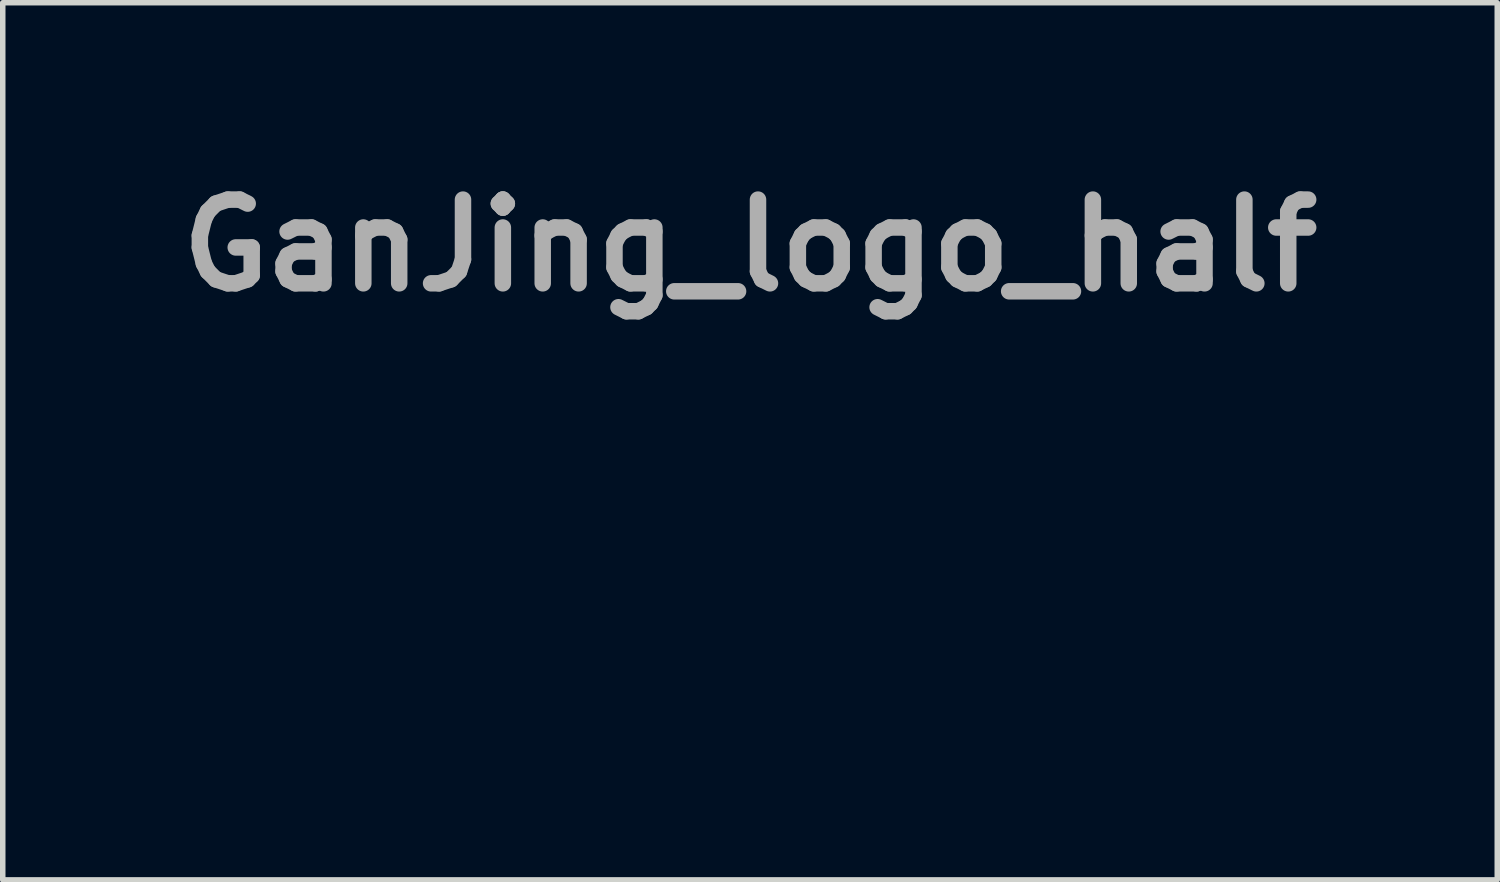
<source format=kicad_pcb>
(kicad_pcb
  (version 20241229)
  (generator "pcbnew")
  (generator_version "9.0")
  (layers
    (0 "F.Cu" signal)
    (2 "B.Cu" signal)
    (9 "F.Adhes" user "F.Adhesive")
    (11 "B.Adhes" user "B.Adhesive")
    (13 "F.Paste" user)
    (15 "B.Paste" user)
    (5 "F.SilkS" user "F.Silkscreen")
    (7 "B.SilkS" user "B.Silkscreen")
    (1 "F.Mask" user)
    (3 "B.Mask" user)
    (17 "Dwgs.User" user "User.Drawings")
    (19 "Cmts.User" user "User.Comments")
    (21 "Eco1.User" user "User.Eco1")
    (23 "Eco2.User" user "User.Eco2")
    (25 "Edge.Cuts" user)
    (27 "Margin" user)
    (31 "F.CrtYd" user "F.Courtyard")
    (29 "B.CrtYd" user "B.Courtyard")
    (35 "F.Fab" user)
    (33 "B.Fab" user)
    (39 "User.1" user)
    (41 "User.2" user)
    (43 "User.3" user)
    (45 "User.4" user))
  (footprint "GanJing_logo_half"
    (layer "F.Cu")
    (at 10.603 6.752)
    (property "Reference" "GanJing_logo_half" (at 0 -5.334 0) (layer "F.Fab") (effects (font (size 1.524 1.524) (thickness 0.3))))
    (attr through_hole)
    (fp_poly (pts (xy 2.287 -0.125) (xy 2.287 -0.117) (xy 2.274 -0.101) (xy 2.254 -0.082) (xy 2.241 -0.076) (xy 2.232 -0.086) (xy 2.23 -0.101) (xy 2.237 -0.12) (xy 2.261 -0.126) (xy 2.264 -0.126) (xy 2.287 -0.125)) (stroke (width 0.01) (type solid)) (fill yes) (layer "F.Mask"))
    (fp_poly (pts (xy 2.415 -0.156) (xy 2.402 -0.128) (xy 2.38 -0.092) (xy 2.354 -0.054) (xy 2.328 -0.019) (xy 2.325 -0.016) (xy 2.292 0.02) (xy 2.273 0.036) (xy 2.268 0.034) (xy 2.277 0.016) (xy 2.299 -0.019) (xy 2.333 -0.067) (xy 2.334 -0.068) (xy 2.367 -0.111) (xy 2.394 -0.145) (xy 2.411 -0.165) (xy 2.417 -0.17) (xy 2.415 -0.156)) (stroke (width 0.01) (type solid)) (fill yes) (layer "F.Mask"))
    (fp_poly (pts (xy 5.158 -2.736) (xy 5.237 -2.703) (xy 5.301 -2.652) (xy 5.348 -2.583) (xy 5.354 -2.568) (xy 5.373 -2.494) (xy 5.37 -2.418) (xy 5.345 -2.346) (xy 5.301 -2.281) (xy 5.239 -2.227) (xy 5.191 -2.201) (xy 5.144 -2.186) (xy 5.08 -2.176) (xy 5.006 -2.171) (xy 4.93 -2.171) (xy 4.86 -2.176) (xy 4.818 -2.184) (xy 4.777 -2.195) (xy 4.746 -2.207) (xy 4.736 -2.213) (xy 4.713 -2.227) (xy 4.679 -2.244) (xy 4.669 -2.248) (xy 4.625 -2.27) (xy 4.582 -2.297) (xy 4.577 -2.3) (xy 4.549 -2.327) (xy 4.537 -2.355) (xy 4.536 -2.38) (xy 4.545 -2.432) (xy 4.569 -2.493) (xy 4.605 -2.556) (xy 4.649 -2.613) (xy 4.672 -2.636) (xy 4.709 -2.667) (xy 4.745 -2.689) (xy 4.791 -2.707) (xy 4.835 -2.72) (xy 4.956 -2.744) (xy 5.064 -2.75) (xy 5.158 -2.736)) (stroke (width 0.01) (type solid)) (fill yes) (layer "F.Mask"))
    (fp_poly (pts (xy 4.077 -2.674) (xy 4.108 -2.659) (xy 4.14 -2.631) (xy 4.146 -2.624) (xy 4.182 -2.578) (xy 4.206 -2.525) (xy 4.223 -2.458) (xy 4.229 -2.413) (xy 4.237 -2.368) (xy 4.249 -2.328) (xy 4.254 -2.316) (xy 4.267 -2.28) (xy 4.271 -2.251) (xy 4.278 -2.221) (xy 4.29 -2.205) (xy 4.306 -2.183) (xy 4.321 -2.149) (xy 4.323 -2.142) (xy 4.33 -2.113) (xy 4.328 -2.086) (xy 4.316 -2.053) (xy 4.304 -2.027) (xy 4.247 -1.931) (xy 4.172 -1.853) (xy 4.079 -1.792) (xy 3.967 -1.745) (xy 3.966 -1.745) (xy 3.884 -1.722) (xy 3.819 -1.71) (xy 3.766 -1.708) (xy 3.724 -1.715) (xy 3.651 -1.743) (xy 3.591 -1.789) (xy 3.545 -1.854) (xy 3.511 -1.94) (xy 3.488 -2.047) (xy 3.484 -2.08) (xy 3.485 -2.169) (xy 3.503 -2.264) (xy 3.537 -2.358) (xy 3.584 -2.445) (xy 3.637 -2.512) (xy 3.711 -2.575) (xy 3.796 -2.626) (xy 3.885 -2.662) (xy 3.973 -2.68) (xy 4.035 -2.68) (xy 4.077 -2.674)) (stroke (width 0.01) (type solid)) (fill yes) (layer "F.Mask"))
    (fp_poly (pts (xy 1.002 -1.568) (xy 1.062 -1.545) (xy 1.11 -1.506) (xy 1.148 -1.449) (xy 1.177 -1.372) (xy 1.197 -1.273) (xy 1.209 -1.153) (xy 1.215 -1.088) (xy 1.221 -1.029) (xy 1.227 -0.983) (xy 1.233 -0.955) (xy 1.234 -0.953) (xy 1.244 -0.915) (xy 1.247 -0.886) (xy 1.252 -0.858) (xy 1.263 -0.816) (xy 1.278 -0.768) (xy 1.28 -0.764) (xy 1.299 -0.705) (xy 1.306 -0.657) (xy 1.3 -0.611) (xy 1.282 -0.558) (xy 1.265 -0.521) (xy 1.208 -0.429) (xy 1.133 -0.349) (xy 1.044 -0.284) (xy 0.944 -0.236) (xy 0.838 -0.208) (xy 0.731 -0.201) (xy 0.705 -0.203) (xy 0.604 -0.225) (xy 0.518 -0.267) (xy 0.446 -0.33) (xy 0.392 -0.411) (xy 0.362 -0.483) (xy 0.35 -0.526) (xy 0.342 -0.567) (xy 0.337 -0.612) (xy 0.335 -0.669) (xy 0.335 -0.743) (xy 0.341 -0.878) (xy 0.358 -0.993) (xy 0.387 -1.095) (xy 0.431 -1.187) (xy 0.491 -1.275) (xy 0.569 -1.364) (xy 0.584 -1.379) (xy 0.668 -1.456) (xy 0.743 -1.513) (xy 0.813 -1.551) (xy 0.88 -1.571) (xy 0.929 -1.575) (xy 1.002 -1.568)) (stroke (width 0.01) (type solid)) (fill yes) (layer "F.Mask"))
    (fp_poly (pts (xy 1.926 -3.083) (xy 2.027 -3.063) (xy 2.087 -3.045) (xy 2.158 -3.019) (xy 2.233 -2.988) (xy 2.304 -2.955) (xy 2.365 -2.924) (xy 2.404 -2.9) (xy 2.436 -2.864) (xy 2.463 -2.81) (xy 2.483 -2.745) (xy 2.495 -2.675) (xy 2.498 -2.606) (xy 2.491 -2.546) (xy 2.479 -2.512) (xy 2.448 -2.469) (xy 2.402 -2.425) (xy 2.352 -2.388) (xy 2.326 -2.374) (xy 2.302 -2.365) (xy 2.257 -2.351) (xy 2.198 -2.332) (xy 2.129 -2.312) (xy 2.063 -2.293) (xy 1.978 -2.268) (xy 1.902 -2.243) (xy 1.838 -2.22) (xy 1.791 -2.2) (xy 1.776 -2.192) (xy 1.736 -2.171) (xy 1.7 -2.158) (xy 1.683 -2.154) (xy 1.664 -2.158) (xy 1.654 -2.173) (xy 1.647 -2.206) (xy 1.646 -2.211) (xy 1.635 -2.263) (xy 1.613 -2.314) (xy 1.579 -2.37) (xy 1.53 -2.435) (xy 1.512 -2.457) (xy 1.454 -2.53) (xy 1.415 -2.591) (xy 1.393 -2.641) (xy 1.386 -2.681) (xy 1.393 -2.72) (xy 1.413 -2.77) (xy 1.442 -2.828) (xy 1.477 -2.885) (xy 1.513 -2.935) (xy 1.536 -2.961) (xy 1.617 -3.025) (xy 1.709 -3.067) (xy 1.812 -3.086) (xy 1.926 -3.083)) (stroke (width 0.01) (type solid)) (fill yes) (layer "F.Mask"))
    (fp_poly (pts (xy 6.103 -4.118) (xy 6.158 -4.091) (xy 6.198 -4.061) (xy 6.239 -4.013) (xy 6.273 -3.951) (xy 6.294 -3.884) (xy 6.3 -3.838) (xy 6.29 -3.759) (xy 6.262 -3.687) (xy 6.22 -3.624) (xy 6.166 -3.578) (xy 6.112 -3.553) (xy 6.076 -3.546) (xy 6.045 -3.547) (xy 6.007 -3.557) (xy 5.986 -3.565) (xy 5.842 -3.607) (xy 5.69 -3.63) (xy 5.529 -3.635) (xy 5.355 -3.621) (xy 5.166 -3.588) (xy 5.143 -3.583) (xy 4.957 -3.534) (xy 4.758 -3.469) (xy 4.549 -3.387) (xy 4.336 -3.292) (xy 4.121 -3.185) (xy 4.032 -3.137) (xy 3.931 -3.082) (xy 3.838 -3.032) (xy 3.753 -2.987) (xy 3.682 -2.95) (xy 3.626 -2.922) (xy 3.589 -2.905) (xy 3.589 -2.905) (xy 3.558 -2.894) (xy 3.54 -2.895) (xy 3.521 -2.911) (xy 3.516 -2.916) (xy 3.498 -2.94) (xy 3.494 -2.958) (xy 3.495 -2.958) (xy 3.51 -2.972) (xy 3.543 -2.997) (xy 3.59 -3.03) (xy 3.647 -3.069) (xy 3.711 -3.111) (xy 3.779 -3.154) (xy 3.846 -3.195) (xy 3.879 -3.215) (xy 3.965 -3.265) (xy 4.07 -3.321) (xy 4.187 -3.382) (xy 4.311 -3.445) (xy 4.437 -3.506) (xy 4.559 -3.563) (xy 4.672 -3.614) (xy 4.674 -3.615) (xy 4.747 -3.647) (xy 4.834 -3.686) (xy 4.929 -3.729) (xy 5.023 -3.771) (xy 5.096 -3.805) (xy 5.23 -3.866) (xy 5.343 -3.918) (xy 5.439 -3.961) (xy 5.52 -3.996) (xy 5.588 -4.025) (xy 5.646 -4.048) (xy 5.698 -4.066) (xy 5.744 -4.081) (xy 5.789 -4.093) (xy 5.834 -4.104) (xy 5.877 -4.113) (xy 5.967 -4.128) (xy 6.041 -4.13) (xy 6.103 -4.118)) (stroke (width 0.01) (type solid)) (fill yes) (layer "F.Mask"))
    (fp_poly (pts (xy 2.163 0.033) (xy 2.151 0.063) (xy 2.131 0.099) (xy 2.104 0.134) (xy 2.09 0.149) (xy 2.047 0.192) (xy 2.1 0.165) (xy 2.133 0.149) (xy 2.155 0.14) (xy 2.159 0.139) (xy 2.157 0.149) (xy 2.145 0.18) (xy 2.124 0.226) (xy 2.097 0.286) (xy 2.064 0.356) (xy 2.026 0.434) (xy 1.986 0.515) (xy 1.945 0.598) (xy 1.922 0.643) (xy 1.848 0.795) (xy 1.79 0.933) (xy 1.748 1.059) (xy 1.72 1.177) (xy 1.705 1.29) (xy 1.703 1.401) (xy 1.703 1.41) (xy 1.706 1.459) (xy 1.71 1.498) (xy 1.72 1.534) (xy 1.736 1.574) (xy 1.76 1.627) (xy 1.772 1.651) (xy 1.824 1.762) (xy 1.862 1.856) (xy 1.885 1.934) (xy 1.894 1.999) (xy 1.895 2.01) (xy 1.886 2.071) (xy 1.861 2.142) (xy 1.822 2.216) (xy 1.775 2.289) (xy 1.721 2.353) (xy 1.666 2.404) (xy 1.619 2.433) (xy 1.555 2.451) (xy 1.481 2.455) (xy 1.406 2.444) (xy 1.371 2.433) (xy 1.274 2.381) (xy 1.184 2.306) (xy 1.102 2.207) (xy 1.027 2.086) (xy 1.008 2.047) (xy 0.964 1.949) (xy 0.93 1.849) (xy 0.902 1.74) (xy 0.879 1.614) (xy 0.876 1.594) (xy 0.864 1.502) (xy 0.858 1.431) (xy 0.859 1.376) (xy 0.867 1.334) (xy 0.882 1.301) (xy 0.882 1.301) (xy 0.901 1.272) (xy 0.916 1.262) (xy 0.937 1.271) (xy 0.958 1.286) (xy 0.995 1.308) (xy 1.043 1.333) (xy 1.092 1.355) (xy 1.135 1.37) (xy 1.155 1.376) (xy 1.166 1.374) (xy 1.178 1.366) (xy 1.194 1.349) (xy 1.215 1.32) (xy 1.244 1.277) (xy 1.282 1.217) (xy 1.33 1.139) (xy 1.345 1.114) (xy 1.459 0.932) (xy 1.569 0.76) (xy 1.673 0.602) (xy 1.77 0.461) (xy 1.859 0.338) (xy 1.872 0.321) (xy 1.915 0.266) (xy 1.963 0.209) (xy 2.011 0.154) (xy 2.057 0.104) (xy 2.098 0.062) (xy 2.131 0.032) (xy 2.153 0.016) (xy 2.161 0.015) (xy 2.163 0.033)) (stroke (width 0.01) (type solid)) (fill yes) (layer "F.Mask"))
    (fp_poly (pts (xy -1.905 -2.003) (xy -1.864 -1.992) (xy -1.771 -1.953) (xy -1.699 -1.9) (xy -1.649 -1.836) (xy -1.62 -1.759) (xy -1.614 -1.671) (xy -1.618 -1.632) (xy -1.622 -1.611) (xy -1.628 -1.594) (xy -1.639 -1.577) (xy -1.658 -1.558) (xy -1.689 -1.534) (xy -1.735 -1.502) (xy -1.798 -1.459) (xy -1.8 -1.457) (xy -2.114 -1.237) (xy -2.408 -1.017) (xy -2.686 -0.792) (xy -2.954 -0.558) (xy -3.217 -0.312) (xy -3.314 -0.217) (xy -3.393 -0.137) (xy -3.456 -0.074) (xy -3.504 -0.025) (xy -3.537 0.011) (xy -3.558 0.036) (xy -3.567 0.051) (xy -3.566 0.057) (xy -3.559 0.057) (xy -3.514 0.043) (xy -3.453 0.016) (xy -3.378 -0.021) (xy -3.295 -0.066) (xy -3.206 -0.118) (xy -3.162 -0.145) (xy -3.016 -0.231) (xy -2.875 -0.305) (xy -2.741 -0.365) (xy -2.617 -0.41) (xy -2.505 -0.44) (xy -2.408 -0.453) (xy -2.387 -0.454) (xy -2.344 -0.451) (xy -2.315 -0.442) (xy -2.288 -0.421) (xy -2.282 -0.416) (xy -2.249 -0.367) (xy -2.228 -0.299) (xy -2.219 -0.211) (xy -2.219 -0.138) (xy -2.223 -0.081) (xy -2.229 -0.041) (xy -2.241 -0.007) (xy -2.261 0.031) (xy -2.268 0.043) (xy -2.306 0.098) (xy -2.36 0.162) (xy -2.426 0.232) (xy -2.498 0.301) (xy -2.56 0.356) (xy -2.606 0.401) (xy -2.66 0.466) (xy -2.719 0.545) (xy -2.78 0.636) (xy -2.842 0.733) (xy -2.902 0.834) (xy -2.957 0.933) (xy -3.006 1.028) (xy -3.044 1.114) (xy -3.066 1.172) (xy -3.095 1.279) (xy -3.113 1.389) (xy -3.121 1.495) (xy -3.115 1.589) (xy -3.114 1.601) (xy -3.088 1.701) (xy -3.047 1.785) (xy -2.988 1.852) (xy -2.912 1.904) (xy -2.817 1.941) (xy -2.702 1.965) (xy -2.589 1.975) (xy -2.518 1.977) (xy -2.463 1.976) (xy -2.413 1.971) (xy -2.36 1.961) (xy -2.301 1.948) (xy -2.126 1.899) (xy -1.973 1.844) (xy -1.842 1.782) (xy -1.735 1.714) (xy -1.652 1.64) (xy -1.636 1.62) (xy -1.592 1.555) (xy -1.557 1.477) (xy -1.534 1.399) (xy -1.531 1.379) (xy -1.53 1.314) (xy -1.54 1.235) (xy -1.561 1.152) (xy -1.589 1.072) (xy -1.594 1.061) (xy -1.627 0.987) (xy -1.602 0.919) (xy -1.546 0.742) (xy -1.511 0.571) (xy -1.495 0.4) (xy -1.494 0.357) (xy -1.493 0.304) (xy -1.492 0.263) (xy -1.491 0.237) (xy -1.49 0.232) (xy -1.483 0.244) (xy -1.468 0.274) (xy -1.447 0.316) (xy -1.43 0.351) (xy -1.367 0.47) (xy -1.301 0.572) (xy -1.224 0.667) (xy -1.189 0.706) (xy -1.107 0.792) (xy -1.111 1.092) (xy -1.112 1.188) (xy -1.114 1.261) (xy -1.116 1.318) (xy -1.119 1.36) (xy -1.123 1.392) (xy -1.129 1.417) (xy -1.136 1.439) (xy -1.145 1.462) (xy -1.208 1.581) (xy -1.292 1.702) (xy -1.394 1.82) (xy -1.509 1.933) (xy -1.635 2.036) (xy -1.764 2.124) (xy -1.965 2.234) (xy -2.166 2.319) (xy -2.367 2.381) (xy -2.571 2.417) (xy -2.777 2.431) (xy -2.801 2.431) (xy -2.881 2.429) (xy -2.945 2.425) (xy -2.999 2.418) (xy -3.054 2.406) (xy -3.081 2.399) (xy -3.183 2.366) (xy -3.283 2.324) (xy -3.377 2.276) (xy -3.457 2.225) (xy -3.514 2.178) (xy -3.585 2.092) (xy -3.634 1.996) (xy -3.66 1.894) (xy -3.663 1.866) (xy -3.664 1.771) (xy -3.652 1.658) (xy -3.631 1.533) (xy -3.6 1.401) (xy -3.561 1.266) (xy -3.539 1.201) (xy -3.517 1.143) (xy -3.489 1.072) (xy -3.457 0.995) (xy -3.422 0.915) (xy -3.388 0.837) (xy -3.355 0.765) (xy -3.326 0.705) (xy -3.303 0.66) (xy -3.292 0.641) (xy -3.277 0.613) (xy -3.259 0.573) (xy -3.241 0.527) (xy -3.225 0.481) (xy -3.212 0.441) (xy -3.206 0.413) (xy -3.207 0.405) (xy -3.224 0.404) (xy -3.26 0.416) (xy -3.31 0.44) (xy -3.371 0.474) (xy -3.442 0.517) (xy -3.52 0.566) (xy -3.6 0.62) (xy -3.661 0.663) (xy -3.794 0.755) (xy -3.927 0.837) (xy -4.055 0.908) (xy -4.174 0.965) (xy -4.283 1.007) (xy -4.344 1.026) (xy -4.428 1.043) (xy -4.502 1.052) (xy -4.563 1.054) (xy -4.606 1.046) (xy -4.618 1.04) (xy -4.635 1.025) (xy -4.645 1.004) (xy -4.647 0.974) (xy -4.642 0.933) (xy -4.629 0.877) (xy -4.607 0.803) (xy -4.577 0.709) (xy -4.577 0.708) (xy -4.551 0.63) (xy -4.531 0.573) (xy -4.516 0.533) (xy -4.503 0.506) (xy -4.491 0.488) (xy -4.477 0.476) (xy -4.461 0.467) (xy -4.458 0.465) (xy -4.414 0.448) (xy -4.365 0.435) (xy -4.357 0.433) (xy -4.303 0.419) (xy -4.235 0.391) (xy -4.16 0.354) (xy -4.084 0.31) (xy -4.012 0.263) (xy -3.975 0.235) (xy -3.945 0.209) (xy -3.9 0.168) (xy -3.843 0.113) (xy -3.774 0.046) (xy -3.696 -0.029) (xy -3.613 -0.112) (xy -3.525 -0.199) (xy -3.445 -0.279) (xy -3.322 -0.405) (xy -3.204 -0.526) (xy -3.093 -0.642) (xy -2.991 -0.75) (xy -2.898 -0.851) (xy -2.816 -0.942) (xy -2.746 -1.021) (xy -2.689 -1.089) (xy -2.646 -1.143) (xy -2.619 -1.182) (xy -2.608 -1.205) (xy -2.608 -1.206) (xy -2.609 -1.223) (xy -2.614 -1.231) (xy -2.629 -1.232) (xy -2.657 -1.225) (xy -2.703 -1.209) (xy -2.721 -1.203) (xy -2.778 -1.185) (xy -2.838 -1.17) (xy -2.904 -1.156) (xy -2.981 -1.143) (xy -3.073 -1.13) (xy -3.184 -1.116) (xy -3.251 -1.109) (xy -3.333 -1.099) (xy -3.414 -1.089) (xy -3.487 -1.08) (xy -3.545 -1.071) (xy -3.583 -1.065) (xy -3.669 -1.049) (xy -3.664 -1.151) (xy -3.659 -1.212) (xy -3.649 -1.259) (xy -3.633 -1.3) (xy -3.622 -1.321) (xy -3.567 -1.4) (xy -3.489 -1.478) (xy -3.391 -1.554) (xy -3.275 -1.626) (xy -3.144 -1.691) (xy -3.097 -1.712) (xy -3.045 -1.732) (xy -2.981 -1.755) (xy -2.908 -1.781) (xy -2.831 -1.807) (xy -2.753 -1.833) (xy -2.679 -1.856) (xy -2.614 -1.876) (xy -2.56 -1.892) (xy -2.523 -1.901) (xy -2.51 -1.902) (xy -2.486 -1.908) (xy -2.448 -1.921) (xy -2.404 -1.94) (xy -2.274 -1.991) (xy -2.149 -2.018) (xy -2.027 -2.022) (xy -1.905 -2.003)) (stroke (width 0.01) (type solid)) (fill yes) (layer "F.Mask"))
    (fp_poly (pts (xy 6.346 -3.105) (xy 6.392 -3.104) (xy 6.424 -3.1) (xy 6.449 -3.093) (xy 6.473 -3.081) (xy 6.495 -3.068) (xy 6.553 -3.018) (xy 6.595 -2.953) (xy 6.62 -2.878) (xy 6.626 -2.8) (xy 6.612 -2.723) (xy 6.609 -2.716) (xy 6.574 -2.655) (xy 6.519 -2.6) (xy 6.448 -2.552) (xy 6.368 -2.516) (xy 6.283 -2.495) (xy 6.254 -2.49) (xy 6.227 -2.484) (xy 6.197 -2.474) (xy 6.161 -2.46) (xy 6.115 -2.439) (xy 6.056 -2.411) (xy 5.98 -2.373) (xy 5.941 -2.353) (xy 5.635 -2.188) (xy 5.348 -2.008) (xy 5.08 -1.811) (xy 4.951 -1.706) (xy 4.878 -1.642) (xy 4.822 -1.594) (xy 4.782 -1.558) (xy 4.757 -1.534) (xy 4.745 -1.519) (xy 4.744 -1.513) (xy 4.747 -1.512) (xy 4.772 -1.515) (xy 4.817 -1.523) (xy 4.878 -1.536) (xy 4.95 -1.552) (xy 5.028 -1.571) (xy 5.109 -1.591) (xy 5.188 -1.612) (xy 5.26 -1.632) (xy 5.266 -1.634) (xy 5.349 -1.659) (xy 5.445 -1.69) (xy 5.545 -1.723) (xy 5.639 -1.756) (xy 5.678 -1.771) (xy 5.825 -1.822) (xy 5.953 -1.858) (xy 6.067 -1.881) (xy 6.169 -1.889) (xy 6.262 -1.884) (xy 6.35 -1.865) (xy 6.434 -1.833) (xy 6.447 -1.826) (xy 6.524 -1.778) (xy 6.587 -1.715) (xy 6.641 -1.631) (xy 6.657 -1.6) (xy 6.673 -1.564) (xy 6.685 -1.531) (xy 6.692 -1.497) (xy 6.697 -1.453) (xy 6.701 -1.395) (xy 6.703 -1.354) (xy 6.708 -1.271) (xy 6.716 -1.209) (xy 6.728 -1.162) (xy 6.746 -1.126) (xy 6.772 -1.097) (xy 6.795 -1.079) (xy 6.809 -1.07) (xy 6.825 -1.063) (xy 6.848 -1.058) (xy 6.88 -1.054) (xy 6.926 -1.051) (xy 6.989 -1.048) (xy 7.073 -1.046) (xy 7.092 -1.046) (xy 7.354 -1.039) (xy 7.416 -1.002) (xy 7.473 -0.954) (xy 7.514 -0.895) (xy 7.539 -0.828) (xy 7.548 -0.758) (xy 7.539 -0.69) (xy 7.511 -0.63) (xy 7.482 -0.597) (xy 7.43 -0.56) (xy 7.361 -0.526) (xy 7.28 -0.498) (xy 7.232 -0.486) (xy 7.051 -0.44) (xy 6.89 -0.388) (xy 6.747 -0.328) (xy 6.63 -0.266) (xy 6.557 -0.218) (xy 6.485 -0.161) (xy 6.42 -0.099) (xy 6.367 -0.039) (xy 6.338 0.003) (xy 6.303 0.064) (xy 6.351 0.161) (xy 6.393 0.254) (xy 6.418 0.333) (xy 6.428 0.4) (xy 6.422 0.46) (xy 6.401 0.518) (xy 6.372 0.565) (xy 6.327 0.617) (xy 6.261 0.673) (xy 6.18 0.728) (xy 6.09 0.78) (xy 5.994 0.825) (xy 5.929 0.851) (xy 5.854 0.889) (xy 5.792 0.945) (xy 5.74 1.021) (xy 5.699 1.117) (xy 5.668 1.235) (xy 5.646 1.376) (xy 5.646 1.38) (xy 5.616 1.606) (xy 5.575 1.822) (xy 5.525 2.025) (xy 5.466 2.21) (xy 5.416 2.335) (xy 5.364 2.445) (xy 5.308 2.542) (xy 5.242 2.633) (xy 5.161 2.725) (xy 5.109 2.779) (xy 4.986 2.896) (xy 4.87 2.993) (xy 4.759 3.071) (xy 4.649 3.133) (xy 4.545 3.177) (xy 4.478 3.199) (xy 4.429 3.21) (xy 4.391 3.21) (xy 4.359 3.197) (xy 4.328 3.172) (xy 4.322 3.165) (xy 4.28 3.108) (xy 4.257 3.036) (xy 4.252 2.95) (xy 4.267 2.849) (xy 4.3 2.731) (xy 4.306 2.714) (xy 4.328 2.658) (xy 4.352 2.617) (xy 4.384 2.586) (xy 4.429 2.559) (xy 4.493 2.532) (xy 4.496 2.531) (xy 4.532 2.519) (xy 4.571 2.51) (xy 4.62 2.503) (xy 4.684 2.498) (xy 4.751 2.495) (xy 4.823 2.492) (xy 4.877 2.489) (xy 4.916 2.484) (xy 4.947 2.476) (xy 4.976 2.466) (xy 5.009 2.451) (xy 5.015 2.447) (xy 5.083 2.405) (xy 5.133 2.353) (xy 5.168 2.287) (xy 5.184 2.242) (xy 5.213 2.118) (xy 5.234 1.983) (xy 5.247 1.84) (xy 5.251 1.697) (xy 5.247 1.557) (xy 5.234 1.429) (xy 5.213 1.316) (xy 5.203 1.279) (xy 5.172 1.203) (xy 5.132 1.139) (xy 5.087 1.092) (xy 5.062 1.076) (xy 5.023 1.063) (xy 4.968 1.058) (xy 4.897 1.062) (xy 4.808 1.073) (xy 4.7 1.094) (xy 4.572 1.122) (xy 4.422 1.16) (xy 4.315 1.189) (xy 4.198 1.221) (xy 4.102 1.246) (xy 4.023 1.266) (xy 3.957 1.28) (xy 3.9 1.291) (xy 3.85 1.298) (xy 3.802 1.302) (xy 3.752 1.304) (xy 3.71 1.304) (xy 3.627 1.302) (xy 3.563 1.295) (xy 3.513 1.28) (xy 3.472 1.256) (xy 3.433 1.222) (xy 3.417 1.204) (xy 3.374 1.138) (xy 3.354 1.065) (xy 3.36 0.989) (xy 3.381 0.926) (xy 3.423 0.857) (xy 3.479 0.795) (xy 3.553 0.739) (xy 3.645 0.687) (xy 3.759 0.638) (xy 3.896 0.59) (xy 3.914 0.585) (xy 3.965 0.569) (xy 4.008 0.557) (xy 4.047 0.549) (xy 4.088 0.542) (xy 4.136 0.538) (xy 4.196 0.534) (xy 4.274 0.531) (xy 4.328 0.529) (xy 4.469 0.521) (xy 4.588 0.511) (xy 4.687 0.496) (xy 4.77 0.476) (xy 4.838 0.45) (xy 4.895 0.419) (xy 4.943 0.38) (xy 4.954 0.369) (xy 4.993 0.315) (xy 5.019 0.251) (xy 5.033 0.182) (xy 5.031 0.115) (xy 5.015 0.057) (xy 5.003 0.037) (xy 5.525 0.037) (xy 5.53 0.115) (xy 5.547 0.182) (xy 5.565 0.227) (xy 5.585 0.254) (xy 5.609 0.264) (xy 5.617 0.265) (xy 5.646 0.259) (xy 5.664 0.239) (xy 5.671 0.224) (xy 5.698 0.179) (xy 5.744 0.124) (xy 5.805 0.064) (xy 5.877 0.002) (xy 5.957 -0.059) (xy 6.04 -0.116) (xy 6.12 -0.164) (xy 6.149 -0.183) (xy 6.165 -0.199) (xy 6.165 -0.205) (xy 6.15 -0.217) (xy 6.12 -0.233) (xy 6.105 -0.24) (xy 6.073 -0.253) (xy 6.041 -0.257) (xy 6.002 -0.256) (xy 5.965 -0.251) (xy 5.838 -0.227) (xy 5.732 -0.192) (xy 5.647 -0.148) (xy 5.584 -0.095) (xy 5.543 -0.033) (xy 5.525 0.037) (xy 5.003 0.037) (xy 5 0.031) (xy 4.976 0.01) (xy 4.943 0.001) (xy 4.921 0) (xy 4.896 0.003) (xy 4.848 0.01) (xy 4.782 0.022) (xy 4.699 0.038) (xy 4.603 0.058) (xy 4.496 0.079) (xy 4.382 0.103) (xy 4.262 0.128) (xy 4.14 0.154) (xy 4.019 0.18) (xy 3.901 0.206) (xy 3.789 0.231) (xy 3.686 0.255) (xy 3.595 0.276) (xy 3.519 0.294) (xy 3.459 0.309) (xy 3.42 0.32) (xy 3.278 0.363) (xy 3.138 0.398) (xy 3.003 0.427) (xy 2.877 0.448) (xy 2.763 0.462) (xy 2.664 0.467) (xy 2.582 0.463) (xy 2.533 0.454) (xy 2.478 0.428) (xy 2.444 0.389) (xy 2.431 0.336) (xy 2.439 0.27) (xy 2.468 0.193) (xy 2.488 0.154) (xy 2.507 0.127) (xy 2.53 0.107) (xy 2.566 0.086) (xy 2.598 0.071) (xy 2.652 0.048) (xy 2.719 0.025) (xy 2.79 0.003) (xy 2.829 -0.006) (xy 2.888 -0.021) (xy 2.94 -0.034) (xy 2.979 -0.045) (xy 2.996 -0.051) (xy 3.015 -0.057) (xy 3.054 -0.068) (xy 3.113 -0.085) (xy 3.188 -0.105) (xy 3.276 -0.13) (xy 3.375 -0.156) (xy 3.481 -0.185) (xy 3.52 -0.195) (xy 3.651 -0.23) (xy 3.76 -0.258) (xy 3.849 -0.281) (xy 3.922 -0.298) (xy 3.98 -0.311) (xy 4.026 -0.32) (xy 4.062 -0.325) (xy 4.092 -0.328) (xy 4.102 -0.328) (xy 4.205 -0.335) (xy 4.306 -0.354) (xy 4.399 -0.383) (xy 4.479 -0.422) (xy 4.541 -0.467) (xy 4.555 -0.481) (xy 4.588 -0.534) (xy 4.6 -0.591) (xy 4.593 -0.649) (xy 4.568 -0.701) (xy 4.529 -0.744) (xy 4.477 -0.772) (xy 4.42 -0.781) (xy 4.395 -0.778) (xy 4.351 -0.769) (xy 4.291 -0.755) (xy 4.22 -0.737) (xy 4.142 -0.717) (xy 4.123 -0.712) (xy 3.973 -0.674) (xy 3.842 -0.643) (xy 3.726 -0.62) (xy 3.619 -0.603) (xy 3.519 -0.593) (xy 3.419 -0.588) (xy 3.366 -0.587) (xy 3.295 -0.587) (xy 3.244 -0.588) (xy 3.21 -0.59) (xy 3.189 -0.594) (xy 3.176 -0.601) (xy 3.168 -0.61) (xy 3.155 -0.644) (xy 3.15 -0.693) (xy 3.152 -0.747) (xy 3.163 -0.799) (xy 3.174 -0.83) (xy 3.217 -0.89) (xy 3.284 -0.953) (xy 3.376 -1.017) (xy 3.398 -1.03) (xy 5.323 -1.03) (xy 5.325 -0.995) (xy 5.33 -0.948) (xy 5.339 -0.895) (xy 5.348 -0.841) (xy 5.359 -0.793) (xy 5.369 -0.757) (xy 5.37 -0.753) (xy 5.39 -0.716) (xy 5.416 -0.683) (xy 5.444 -0.662) (xy 5.466 -0.658) (xy 5.483 -0.662) (xy 5.521 -0.672) (xy 5.578 -0.686) (xy 5.649 -0.704) (xy 5.733 -0.725) (xy 5.824 -0.747) (xy 5.863 -0.757) (xy 6.238 -0.85) (xy 6.23 -0.895) (xy 6.212 -0.956) (xy 6.182 -1.019) (xy 6.145 -1.075) (xy 6.113 -1.107) (xy 6.065 -1.142) (xy 6.02 -1.164) (xy 5.972 -1.175) (xy 5.914 -1.177) (xy 5.841 -1.172) (xy 5.774 -1.165) (xy 5.703 -1.155) (xy 5.641 -1.145) (xy 5.621 -1.141) (xy 5.567 -1.128) (xy 5.508 -1.112) (xy 5.448 -1.094) (xy 5.395 -1.076) (xy 5.353 -1.06) (xy 5.328 -1.048) (xy 5.325 -1.046) (xy 5.323 -1.03) (xy 3.398 -1.03) (xy 3.492 -1.084) (xy 3.633 -1.153) (xy 3.797 -1.223) (xy 3.984 -1.296) (xy 4.172 -1.362) (xy 4.285 -1.402) (xy 4.38 -1.439) (xy 4.465 -1.478) (xy 4.547 -1.521) (xy 4.621 -1.564) (xy 4.722 -1.63) (xy 4.836 -1.711) (xy 4.959 -1.803) (xy 5.085 -1.904) (xy 5.211 -2.009) (xy 5.332 -2.116) (xy 5.406 -2.186) (xy 5.462 -2.237) (xy 5.519 -2.287) (xy 5.571 -2.331) (xy 5.613 -2.363) (xy 5.619 -2.368) (xy 5.659 -2.398) (xy 5.783 -2.398) (xy 5.784 -2.375) (xy 5.792 -2.374) (xy 5.808 -2.388) (xy 5.827 -2.408) (xy 5.833 -2.421) (xy 5.823 -2.43) (xy 5.808 -2.432) (xy 5.789 -2.425) (xy 5.783 -2.4) (xy 5.783 -2.398) (xy 5.659 -2.398) (xy 5.665 -2.403) (xy 5.716 -2.445) (xy 5.768 -2.491) (xy 5.816 -2.536) (xy 5.858 -2.579) (xy 5.889 -2.614) (xy 5.907 -2.638) (xy 5.909 -2.645) (xy 5.902 -2.669) (xy 5.885 -2.702) (xy 5.878 -2.714) (xy 5.857 -2.751) (xy 5.848 -2.785) (xy 5.851 -2.826) (xy 5.865 -2.881) (xy 5.865 -2.882) (xy 5.898 -2.951) (xy 5.952 -3.011) (xy 6.022 -3.06) (xy 6.058 -3.076) (xy 6.094 -3.089) (xy 6.131 -3.098) (xy 6.174 -3.103) (xy 6.231 -3.105) (xy 6.282 -3.105) (xy 6.346 -3.105)) (stroke (width 0.01) (type solid)) (fill yes) (layer "F.Mask"))
    (fp_poly (pts (xy -2.414 -3.736) (xy -2.39 -3.66) (xy -2.375 -3.592) (xy -2.37 -3.516) (xy -2.371 -3.484) (xy -2.38 -3.401) (xy -2.402 -3.33) (xy -2.439 -3.265) (xy -2.496 -3.198) (xy -2.513 -3.181) (xy -2.553 -3.145) (xy -2.598 -3.109) (xy -2.644 -3.076) (xy -2.685 -3.049) (xy -2.719 -3.031) (xy -2.739 -3.026) (xy -2.742 -3.027) (xy -2.742 -3.042) (xy -2.736 -3.073) (xy -2.725 -3.113) (xy -2.712 -3.155) (xy -2.7 -3.187) (xy -2.702 -3.194) (xy -2.719 -3.185) (xy -2.749 -3.164) (xy -2.789 -3.132) (xy -2.837 -3.091) (xy -2.889 -3.043) (xy -2.944 -2.992) (xy -2.998 -2.939) (xy -3.049 -2.887) (xy -3.094 -2.838) (xy -3.201 -2.714) (xy -3.304 -2.585) (xy -3.405 -2.447) (xy -3.506 -2.299) (xy -3.607 -2.139) (xy -3.711 -1.965) (xy -3.819 -1.774) (xy -3.931 -1.564) (xy -4.05 -1.334) (xy -4.102 -1.228) (xy -4.153 -1.127) (xy -4.202 -1.032) (xy -4.246 -0.947) (xy -4.285 -0.873) (xy -4.318 -0.812) (xy -4.342 -0.769) (xy -4.358 -0.744) (xy -4.361 -0.74) (xy -4.394 -0.723) (xy -4.421 -0.718) (xy -4.438 -0.716) (xy -4.451 -0.706) (xy -4.463 -0.684) (xy -4.477 -0.645) (xy -4.485 -0.621) (xy -4.503 -0.57) (xy -4.529 -0.506) (xy -4.56 -0.437) (xy -4.589 -0.377) (xy -4.617 -0.322) (xy -4.641 -0.278) (xy -4.667 -0.238) (xy -4.697 -0.199) (xy -4.735 -0.155) (xy -4.784 -0.101) (xy -4.826 -0.057) (xy -4.899 0.022) (xy -4.955 0.088) (xy -4.996 0.143) (xy -5.024 0.191) (xy -5.042 0.236) (xy -5.05 0.28) (xy -5.051 0.328) (xy -5.051 0.33) (xy -5.05 0.361) (xy -5.052 0.386) (xy -5.059 0.406) (xy -5.076 0.426) (xy -5.103 0.448) (xy -5.146 0.474) (xy -5.205 0.509) (xy -5.247 0.532) (xy -5.341 0.591) (xy -5.423 0.651) (xy -5.49 0.71) (xy -5.539 0.766) (xy -5.557 0.795) (xy -5.57 0.832) (xy -5.579 0.877) (xy -5.582 0.921) (xy -5.579 0.956) (xy -5.569 0.976) (xy -5.569 0.977) (xy -5.553 0.976) (xy -5.518 0.967) (xy -5.467 0.953) (xy -5.406 0.934) (xy -5.36 0.92) (xy -5.165 0.854) (xy -5.068 0.876) (xy -4.942 0.913) (xy -4.836 0.963) (xy -4.773 1.004) (xy -4.712 1.051) (xy -4.778 1.119) (xy -4.744 1.176) (xy -4.719 1.235) (xy -4.714 1.288) (xy -4.731 1.331) (xy -4.751 1.351) (xy -4.768 1.361) (xy -4.79 1.368) (xy -4.822 1.374) (xy -4.869 1.379) (xy -4.934 1.383) (xy -4.991 1.387) (xy -5.151 1.398) (xy -5.287 1.416) (xy -5.402 1.439) (xy -5.498 1.468) (xy -5.574 1.504) (xy -5.634 1.547) (xy -5.658 1.571) (xy -5.698 1.618) (xy -5.69 1.795) (xy -5.685 1.874) (xy -5.678 1.96) (xy -5.668 2.04) (xy -5.659 2.104) (xy -5.635 2.236) (xy -5.664 2.294) (xy -5.712 2.37) (xy -5.775 2.439) (xy -5.846 2.495) (xy -5.92 2.535) (xy -5.98 2.552) (xy -6.031 2.56) (xy -6.071 2.47) (xy -6.102 2.394) (xy -6.126 2.321) (xy -6.142 2.246) (xy -6.153 2.163) (xy -6.159 2.066) (xy -6.161 1.95) (xy -6.161 1.943) (xy -6.161 1.87) (xy -6.163 1.807) (xy -6.164 1.757) (xy -6.166 1.725) (xy -6.169 1.713) (xy -6.183 1.717) (xy -6.219 1.726) (xy -6.271 1.74) (xy -6.337 1.757) (xy -6.414 1.778) (xy -6.497 1.801) (xy -6.584 1.825) (xy -6.67 1.849) (xy -6.753 1.872) (xy -6.828 1.893) (xy -6.893 1.911) (xy -6.936 1.923) (xy -7.069 1.956) (xy -7.188 1.974) (xy -7.29 1.976) (xy -7.374 1.962) (xy -7.44 1.933) (xy -7.458 1.92) (xy -7.486 1.886) (xy -7.496 1.846) (xy -7.487 1.796) (xy -7.462 1.738) (xy -7.439 1.699) (xy -7.407 1.656) (xy -7.371 1.613) (xy -7.335 1.576) (xy -7.304 1.549) (xy -7.281 1.537) (xy -7.28 1.537) (xy -7.248 1.529) (xy -7.198 1.507) (xy -7.134 1.472) (xy -7.057 1.426) (xy -6.969 1.369) (xy -6.878 1.307) (xy -6.577 1.307) (xy -6.565 1.31) (xy -6.532 1.304) (xy -6.477 1.29) (xy -6.401 1.266) (xy -6.35 1.249) (xy -6.167 1.189) (xy -6.164 1.123) (xy -6.163 1.087) (xy -6.165 1.063) (xy -6.168 1.058) (xy -6.184 1.065) (xy -6.218 1.083) (xy -6.265 1.111) (xy -6.322 1.146) (xy -6.381 1.183) (xy -6.433 1.215) (xy -6.486 1.248) (xy -6.53 1.273) (xy -6.533 1.275) (xy -6.566 1.295) (xy -6.577 1.307) (xy -6.878 1.307) (xy -6.873 1.304) (xy -6.771 1.231) (xy -6.665 1.153) (xy -6.619 1.118) (xy -6.526 1.051) (xy -6.432 0.989) (xy -6.341 0.936) (xy -6.26 0.896) (xy -6.241 0.888) (xy -6.2 0.87) (xy -6.177 0.854) (xy -6.166 0.837) (xy -6.164 0.822) (xy -6.163 0.804) (xy -6.169 0.791) (xy -6.187 0.78) (xy -6.221 0.767) (xy -6.255 0.756) (xy -6.303 0.74) (xy -6.331 0.728) (xy -6.345 0.716) (xy -6.35 0.701) (xy -6.35 0.693) (xy -6.347 0.658) (xy -6.338 0.616) (xy -6.322 0.567) (xy -6.297 0.508) (xy -6.264 0.436) (xy -6.22 0.349) (xy -6.165 0.247) (xy -6.098 0.125) (xy -6.081 0.094) (xy -5.961 -0.12) (xy -6.034 -0.128) (xy -6.085 -0.137) (xy -6.134 -0.149) (xy -6.156 -0.157) (xy -6.204 -0.184) (xy -6.246 -0.218) (xy -6.275 -0.254) (xy -6.287 -0.287) (xy -6.287 -0.288) (xy -6.278 -0.334) (xy -6.253 -0.386) (xy -6.218 -0.436) (xy -6.186 -0.466) (xy -6.155 -0.487) (xy -6.112 -0.512) (xy -6.062 -0.538) (xy -6.012 -0.562) (xy -5.969 -0.581) (xy -5.938 -0.591) (xy -5.93 -0.592) (xy -5.914 -0.598) (xy -5.881 -0.615) (xy -5.837 -0.639) (xy -5.808 -0.656) (xy -5.756 -0.686) (xy -5.719 -0.704) (xy -5.692 -0.712) (xy -5.668 -0.713) (xy -5.657 -0.712) (xy -5.582 -0.689) (xy -5.525 -0.65) (xy -5.486 -0.598) (xy -5.469 -0.533) (xy -5.468 -0.514) (xy -5.476 -0.421) (xy -5.503 -0.343) (xy -5.55 -0.272) (xy -5.551 -0.271) (xy -5.591 -0.22) (xy -5.634 -0.16) (xy -5.677 -0.096) (xy -5.718 -0.031) (xy -5.755 0.032) (xy -5.785 0.088) (xy -5.807 0.135) (xy -5.819 0.168) (xy -5.818 0.183) (xy -5.802 0.184) (xy -5.768 0.175) (xy -5.72 0.16) (xy -5.663 0.14) (xy -5.602 0.116) (xy -5.541 0.091) (xy -5.485 0.065) (xy -5.468 0.057) (xy -5.332 -0.017) (xy -5.217 -0.091) (xy -5.124 -0.163) (xy -5.076 -0.218) (xy -5.029 -0.292) (xy -4.985 -0.382) (xy -4.945 -0.481) (xy -4.911 -0.585) (xy -4.885 -0.689) (xy -4.868 -0.787) (xy -4.863 -0.874) (xy -4.868 -0.937) (xy -4.892 -0.996) (xy -4.935 -1.046) (xy -4.993 -1.083) (xy -5.063 -1.104) (xy -5.109 -1.108) (xy -5.176 -1.105) (xy -5.261 -1.094) (xy -5.36 -1.078) (xy -5.467 -1.057) (xy -5.577 -1.032) (xy -5.685 -1.005) (xy -5.785 -0.976) (xy -5.873 -0.947) (xy -5.897 -0.939) (xy -6.066 -0.864) (xy -6.213 -0.779) (xy -6.338 -0.682) (xy -6.441 -0.575) (xy -6.52 -0.458) (xy -6.577 -0.329) (xy -6.595 -0.269) (xy -6.613 -0.148) (xy -6.607 -0.027) (xy -6.575 0.093) (xy -6.531 0.188) (xy -6.487 0.268) (xy -6.519 0.301) (xy -6.539 0.326) (xy -6.542 0.345) (xy -6.536 0.359) (xy -6.517 0.404) (xy -6.504 0.455) (xy -6.5 0.502) (xy -6.504 0.531) (xy -6.528 0.565) (xy -6.567 0.585) (xy -6.619 0.591) (xy -6.678 0.583) (xy -6.741 0.563) (xy -6.803 0.531) (xy -6.861 0.488) (xy -6.89 0.46) (xy -6.955 0.373) (xy -7.011 0.267) (xy -7.058 0.144) (xy -7.096 0.011) (xy -7.122 -0.131) (xy -7.137 -0.275) (xy -7.14 -0.418) (xy -7.129 -0.557) (xy -7.107 -0.674) (xy -7.055 -0.836) (xy -6.978 -0.995) (xy -6.878 -1.15) (xy -6.756 -1.298) (xy -6.612 -1.44) (xy -6.47 -1.557) (xy -6.396 -1.612) (xy -6.311 -1.671) (xy -6.223 -1.73) (xy -6.138 -1.785) (xy -6.062 -1.832) (xy -6.022 -1.855) (xy -5.924 -1.918) (xy -5.849 -1.985) (xy -5.797 -2.056) (xy -5.768 -2.132) (xy -5.762 -2.168) (xy -5.754 -2.234) (xy -5.841 -2.225) (xy -5.881 -2.22) (xy -5.94 -2.21) (xy -6.012 -2.198) (xy -6.093 -2.182) (xy -6.176 -2.166) (xy -6.18 -2.165) (xy -6.322 -2.138) (xy -6.444 -2.119) (xy -6.545 -2.108) (xy -6.624 -2.105) (xy -6.68 -2.111) (xy -6.709 -2.122) (xy -6.731 -2.141) (xy -6.741 -2.158) (xy -6.732 -2.174) (xy -6.707 -2.203) (xy -6.671 -2.24) (xy -6.627 -2.283) (xy -6.579 -2.327) (xy -6.531 -2.368) (xy -6.52 -2.377) (xy -6.429 -2.446) (xy -6.33 -2.51) (xy -6.229 -2.567) (xy -6.129 -2.616) (xy -6.036 -2.654) (xy -5.954 -2.678) (xy -5.914 -2.685) (xy -5.82 -2.702) (xy -5.738 -2.733) (xy -5.675 -2.773) (xy -5.666 -2.781) (xy -5.653 -2.795) (xy -5.643 -2.809) (xy -5.637 -2.828) (xy -5.634 -2.856) (xy -5.632 -2.897) (xy -5.632 -2.958) (xy -5.632 -2.987) (xy -5.626 -3.149) (xy -5.608 -3.296) (xy -5.578 -3.426) (xy -5.538 -3.538) (xy -5.487 -3.631) (xy -5.436 -3.692) (xy -5.388 -3.725) (xy -5.339 -3.733) (xy -5.29 -3.717) (xy -5.244 -3.678) (xy -5.205 -3.622) (xy -5.196 -3.591) (xy -5.189 -3.538) (xy -5.185 -3.471) (xy -5.184 -3.392) (xy -5.186 -3.307) (xy -5.19 -3.22) (xy -5.197 -3.136) (xy -5.207 -3.059) (xy -5.212 -3.033) (xy -5.221 -2.979) (xy -5.228 -2.935) (xy -5.231 -2.906) (xy -5.231 -2.898) (xy -5.219 -2.906) (xy -5.195 -2.925) (xy -5.177 -2.941) (xy -5.09 -3.003) (xy -4.987 -3.047) (xy -4.87 -3.072) (xy -4.8 -3.077) (xy -4.72 -3.073) (xy -4.661 -3.055) (xy -4.621 -3.023) (xy -4.603 -2.979) (xy -4.607 -2.923) (xy -4.623 -2.879) (xy -4.65 -2.817) (xy -4.585 -2.752) (xy -4.521 -2.687) (xy -4.56 -2.659) (xy -4.599 -2.636) (xy -4.655 -2.607) (xy -4.724 -2.576) (xy -4.799 -2.544) (xy -4.878 -2.512) (xy -4.955 -2.484) (xy -5.026 -2.46) (xy -5.085 -2.442) (xy -5.128 -2.433) (xy -5.141 -2.432) (xy -5.175 -2.426) (xy -5.192 -2.419) (xy -5.22 -2.391) (xy -5.247 -2.344) (xy -5.27 -2.28) (xy -5.288 -2.206) (xy -5.3 -2.126) (xy -5.304 -2.05) (xy -5.312 -1.969) (xy -5.333 -1.877) (xy -5.366 -1.783) (xy -5.394 -1.722) (xy -5.443 -1.642) (xy -5.5 -1.58) (xy -5.561 -1.536) (xy -5.624 -1.514) (xy -5.651 -1.512) (xy -5.683 -1.507) (xy -5.723 -1.49) (xy -5.774 -1.459) (xy -5.789 -1.449) (xy -5.832 -1.421) (xy -5.865 -1.399) (xy -5.886 -1.387) (xy -5.89 -1.386) (xy -5.894 -1.397) (xy -5.896 -1.426) (xy -5.896 -1.447) (xy -5.896 -1.509) (xy -5.994 -1.49) (xy -6.147 -1.45) (xy -6.284 -1.391) (xy -6.405 -1.312) (xy -6.508 -1.216) (xy -6.594 -1.102) (xy -6.662 -0.971) (xy -6.711 -0.823) (xy -6.738 -0.684) (xy -6.743 -0.643) (xy -6.744 -0.615) (xy -6.742 -0.605) (xy -6.732 -0.615) (xy -6.712 -0.641) (xy -6.688 -0.677) (xy -6.687 -0.678) (xy -6.599 -0.797) (xy -6.493 -0.914) (xy -6.372 -1.025) (xy -6.24 -1.128) (xy -6.102 -1.222) (xy -5.959 -1.302) (xy -5.817 -1.368) (xy -5.679 -1.417) (xy -5.548 -1.446) (xy -5.531 -1.448) (xy -5.462 -1.459) (xy -5.384 -1.475) (xy -5.308 -1.493) (xy -5.285 -1.499) (xy -5.182 -1.528) (xy -5.098 -1.548) (xy -5.03 -1.561) (xy -4.973 -1.566) (xy -4.923 -1.566) (xy -4.89 -1.562) (xy -4.771 -1.533) (xy -4.672 -1.49) (xy -4.592 -1.43) (xy -4.53 -1.355) (xy -4.526 -1.348) (xy -4.501 -1.304) (xy -4.483 -1.262) (xy -4.47 -1.217) (xy -4.46 -1.165) (xy -4.454 -1.099) (xy -4.45 -1.015) (xy -4.449 -0.99) (xy -4.441 -0.802) (xy -4.332 -1.028) (xy -4.295 -1.104) (xy -4.251 -1.196) (xy -4.201 -1.299) (xy -4.15 -1.405) (xy -4.101 -1.51) (xy -4.07 -1.575) (xy -3.976 -1.768) (xy -3.881 -1.959) (xy -3.786 -2.146) (xy -3.692 -2.324) (xy -3.602 -2.491) (xy -3.518 -2.643) (xy -3.44 -2.776) (xy -3.418 -2.814) (xy -3.387 -2.867) (xy -3.359 -2.916) (xy -3.338 -2.954) (xy -3.33 -2.97) (xy -3.313 -3.007) (xy -3.284 -3.058) (xy -3.248 -3.12) (xy -3.207 -3.186) (xy -3.165 -3.253) (xy -3.125 -3.313) (xy -3.091 -3.362) (xy -3.079 -3.379) (xy -2.98 -3.494) (xy -2.878 -3.588) (xy -2.774 -3.661) (xy -2.67 -3.71) (xy -2.567 -3.736) (xy -2.487 -3.739) (xy -2.414 -3.736)) (stroke (width 0.01) (type solid)) (fill yes) (layer "F.Mask")))
  (gr_rect
    (start -3 -3)
    (end 24.205 12.967)
    (stroke (width 0.1) (type default))
    (fill no)
    (layer "Edge.Cuts")))
</source>
